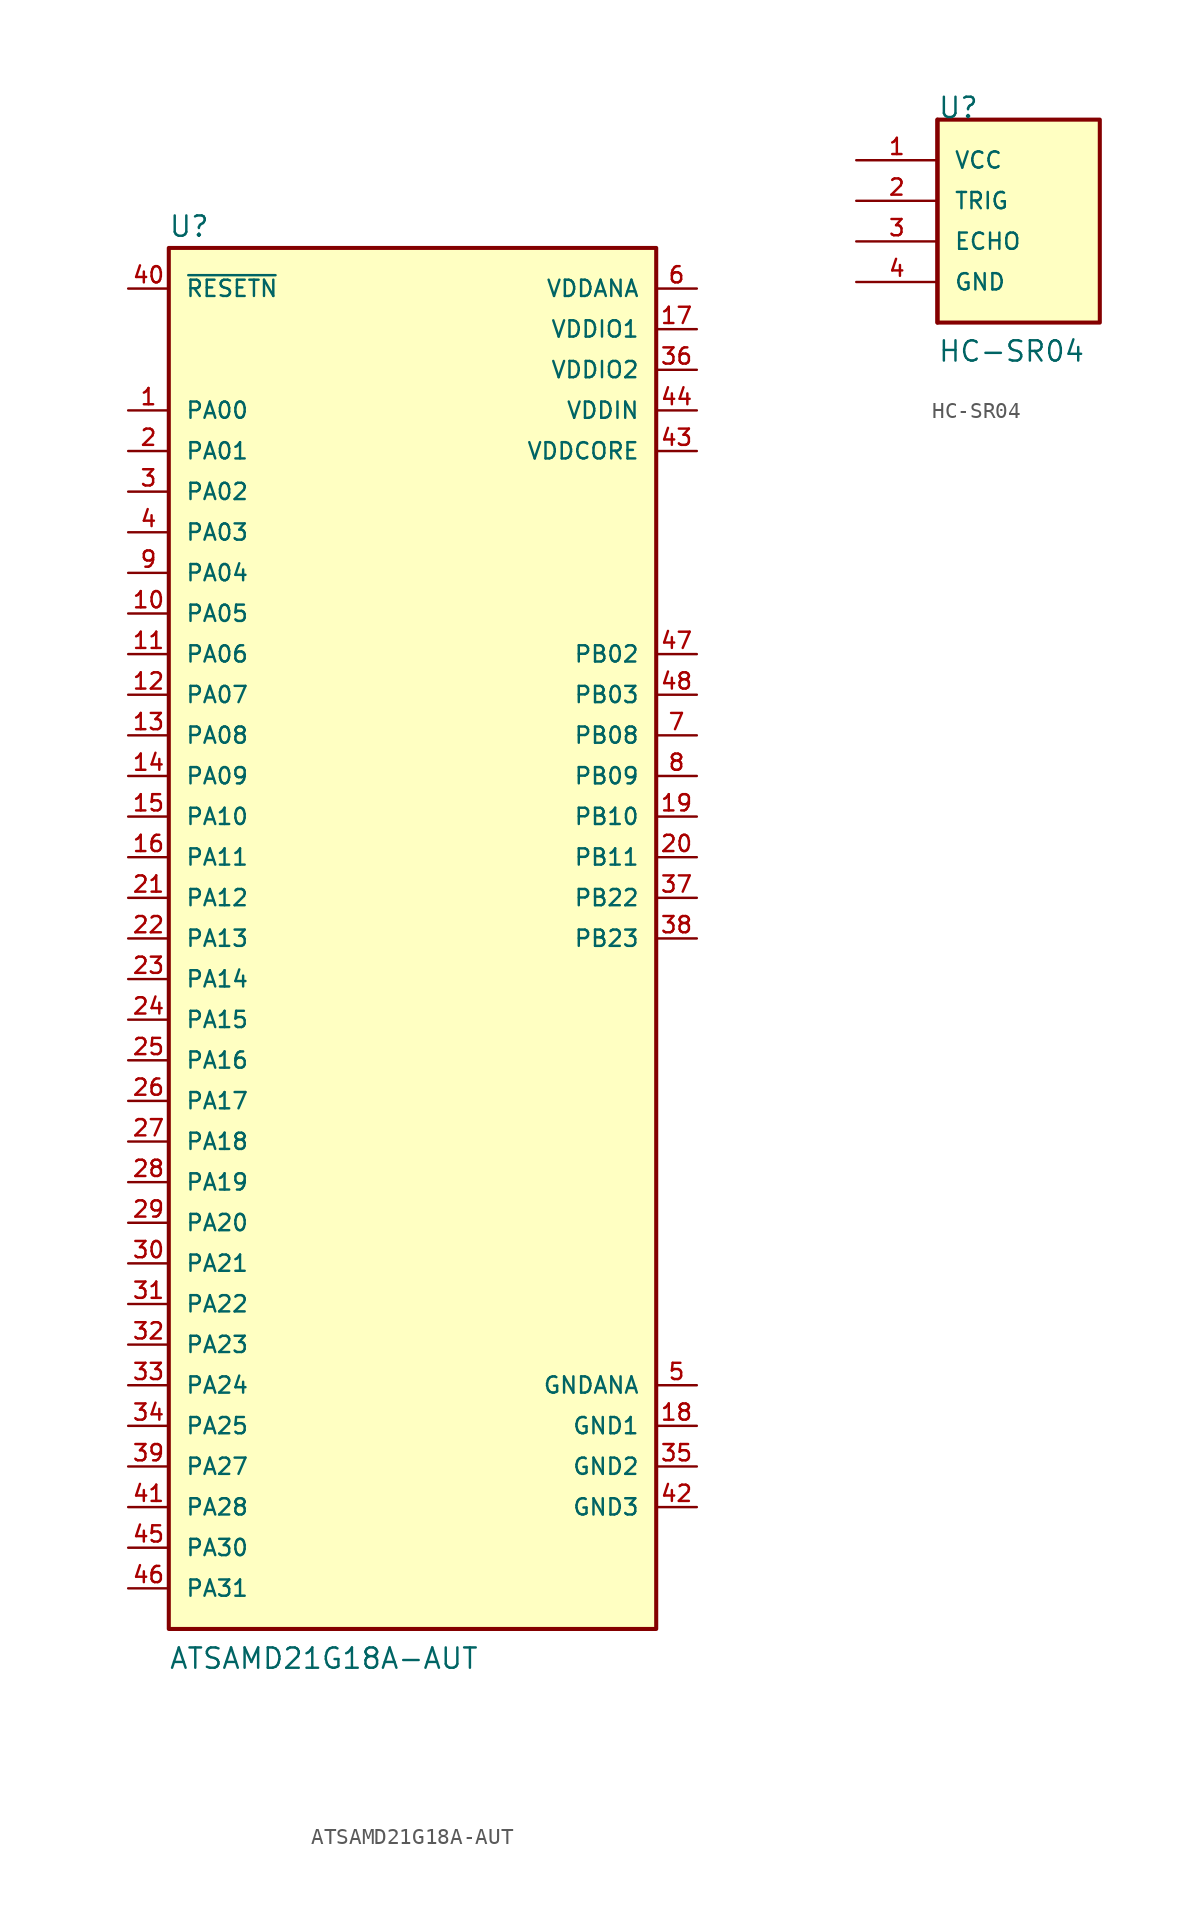
<source format=kicad_sym>
(kicad_symbol_lib
  (version 20211014)
  (generator kicad_symbol_editor)
  (symbol "ATSAMD21G18A-AUT"
    (pin_names
      (offset 1.016))
    (property "Reference" "U"
      (at -15.272 43.779 0)
      (effects (font (size 1.27 1.27)) (justify left bottom)))
    (property "Value" "ATSAMD21G18A-AUT"
      (at -15.257 -45.77 0)
      (effects (font (size 1.27 1.27)) (justify left bottom)))
    (symbol "ATSAMD21G18A-AUT_0_0"
      (rectangle (start -15.24 -43.18) (end 15.24 43.18) (stroke (width 0.254) (type default) (color 0 0 0 0)) (fill (type background)))
      (pin bidirectional line (at -17.78 33.02 0) (length 2.54) (name "PA00" (effects (font (size 1.016 1.016)))) (number "1" (effects (font (size 1.016 1.016)))))
      (pin bidirectional line (at -17.78 20.32 0) (length 2.54) (name "PA05" (effects (font (size 1.016 1.016)))) (number "10" (effects (font (size 1.016 1.016)))))
      (pin bidirectional line (at -17.78 17.78 0) (length 2.54) (name "PA06" (effects (font (size 1.016 1.016)))) (number "11" (effects (font (size 1.016 1.016)))))
      (pin bidirectional line (at -17.78 15.24 0) (length 2.54) (name "PA07" (effects (font (size 1.016 1.016)))) (number "12" (effects (font (size 1.016 1.016)))))
      (pin bidirectional line (at -17.78 12.7 0) (length 2.54) (name "PA08" (effects (font (size 1.016 1.016)))) (number "13" (effects (font (size 1.016 1.016)))))
      (pin bidirectional line (at -17.78 10.16 0) (length 2.54) (name "PA09" (effects (font (size 1.016 1.016)))) (number "14" (effects (font (size 1.016 1.016)))))
      (pin bidirectional line (at -17.78 7.62 0) (length 2.54) (name "PA10" (effects (font (size 1.016 1.016)))) (number "15" (effects (font (size 1.016 1.016)))))
      (pin bidirectional line (at -17.78 5.08 0) (length 2.54) (name "PA11" (effects (font (size 1.016 1.016)))) (number "16" (effects (font (size 1.016 1.016)))))
      (pin power_in line (at 17.78 38.1 180) (length 2.54) (name "VDDIO1" (effects (font (size 1.016 1.016)))) (number "17" (effects (font (size 1.016 1.016)))))
      (pin power_in line (at 17.78 -30.48 180) (length 2.54) (name "GND1" (effects (font (size 1.016 1.016)))) (number "18" (effects (font (size 1.016 1.016)))))
      (pin bidirectional line (at 17.78 7.62 180) (length 2.54) (name "PB10" (effects (font (size 1.016 1.016)))) (number "19" (effects (font (size 1.016 1.016)))))
      (pin bidirectional line (at -17.78 30.48 0) (length 2.54) (name "PA01" (effects (font (size 1.016 1.016)))) (number "2" (effects (font (size 1.016 1.016)))))
      (pin bidirectional line (at 17.78 5.08 180) (length 2.54) (name "PB11" (effects (font (size 1.016 1.016)))) (number "20" (effects (font (size 1.016 1.016)))))
      (pin bidirectional line (at -17.78 2.54 0) (length 2.54) (name "PA12" (effects (font (size 1.016 1.016)))) (number "21" (effects (font (size 1.016 1.016)))))
      (pin bidirectional line (at -17.78 0 0) (length 2.54) (name "PA13" (effects (font (size 1.016 1.016)))) (number "22" (effects (font (size 1.016 1.016)))))
      (pin bidirectional line (at -17.78 -2.54 0) (length 2.54) (name "PA14" (effects (font (size 1.016 1.016)))) (number "23" (effects (font (size 1.016 1.016)))))
      (pin bidirectional line (at -17.78 -5.08 0) (length 2.54) (name "PA15" (effects (font (size 1.016 1.016)))) (number "24" (effects (font (size 1.016 1.016)))))
      (pin bidirectional line (at -17.78 -7.62 0) (length 2.54) (name "PA16" (effects (font (size 1.016 1.016)))) (number "25" (effects (font (size 1.016 1.016)))))
      (pin bidirectional line (at -17.78 -10.16 0) (length 2.54) (name "PA17" (effects (font (size 1.016 1.016)))) (number "26" (effects (font (size 1.016 1.016)))))
      (pin bidirectional line (at -17.78 -12.7 0) (length 2.54) (name "PA18" (effects (font (size 1.016 1.016)))) (number "27" (effects (font (size 1.016 1.016)))))
      (pin bidirectional line (at -17.78 -15.24 0) (length 2.54) (name "PA19" (effects (font (size 1.016 1.016)))) (number "28" (effects (font (size 1.016 1.016)))))
      (pin bidirectional line (at -17.78 -17.78 0) (length 2.54) (name "PA20" (effects (font (size 1.016 1.016)))) (number "29" (effects (font (size 1.016 1.016)))))
      (pin bidirectional line (at -17.78 27.94 0) (length 2.54) (name "PA02" (effects (font (size 1.016 1.016)))) (number "3" (effects (font (size 1.016 1.016)))))
      (pin bidirectional line (at -17.78 -20.32 0) (length 2.54) (name "PA21" (effects (font (size 1.016 1.016)))) (number "30" (effects (font (size 1.016 1.016)))))
      (pin bidirectional line (at -17.78 -22.86 0) (length 2.54) (name "PA22" (effects (font (size 1.016 1.016)))) (number "31" (effects (font (size 1.016 1.016)))))
      (pin bidirectional line (at -17.78 -25.4 0) (length 2.54) (name "PA23" (effects (font (size 1.016 1.016)))) (number "32" (effects (font (size 1.016 1.016)))))
      (pin bidirectional line (at -17.78 -27.94 0) (length 2.54) (name "PA24" (effects (font (size 1.016 1.016)))) (number "33" (effects (font (size 1.016 1.016)))))
      (pin bidirectional line (at -17.78 -30.48 0) (length 2.54) (name "PA25" (effects (font (size 1.016 1.016)))) (number "34" (effects (font (size 1.016 1.016)))))
      (pin power_in line (at 17.78 -33.02 180) (length 2.54) (name "GND2" (effects (font (size 1.016 1.016)))) (number "35" (effects (font (size 1.016 1.016)))))
      (pin power_in line (at 17.78 35.56 180) (length 2.54) (name "VDDIO2" (effects (font (size 1.016 1.016)))) (number "36" (effects (font (size 1.016 1.016)))))
      (pin bidirectional line (at 17.78 2.54 180) (length 2.54) (name "PB22" (effects (font (size 1.016 1.016)))) (number "37" (effects (font (size 1.016 1.016)))))
      (pin bidirectional line (at 17.78 0 180) (length 2.54) (name "PB23" (effects (font (size 1.016 1.016)))) (number "38" (effects (font (size 1.016 1.016)))))
      (pin bidirectional line (at -17.78 -33.02 0) (length 2.54) (name "PA27" (effects (font (size 1.016 1.016)))) (number "39" (effects (font (size 1.016 1.016)))))
      (pin bidirectional line (at -17.78 25.4 0) (length 2.54) (name "PA03" (effects (font (size 1.016 1.016)))) (number "4" (effects (font (size 1.016 1.016)))))
      (pin input line (at -17.78 40.64 0) (length 2.54) (name "~{RESETN}" (effects (font (size 1.016 1.016)))) (number "40" (effects (font (size 1.016 1.016)))))
      (pin bidirectional line (at -17.78 -35.56 0) (length 2.54) (name "PA28" (effects (font (size 1.016 1.016)))) (number "41" (effects (font (size 1.016 1.016)))))
      (pin power_in line (at 17.78 -35.56 180) (length 2.54) (name "GND3" (effects (font (size 1.016 1.016)))) (number "42" (effects (font (size 1.016 1.016)))))
      (pin power_in line (at 17.78 30.48 180) (length 2.54) (name "VDDCORE" (effects (font (size 1.016 1.016)))) (number "43" (effects (font (size 1.016 1.016)))))
      (pin power_in line (at 17.78 33.02 180) (length 2.54) (name "VDDIN" (effects (font (size 1.016 1.016)))) (number "44" (effects (font (size 1.016 1.016)))))
      (pin bidirectional line (at -17.78 -38.1 0) (length 2.54) (name "PA30" (effects (font (size 1.016 1.016)))) (number "45" (effects (font (size 1.016 1.016)))))
      (pin bidirectional line (at -17.78 -40.64 0) (length 2.54) (name "PA31" (effects (font (size 1.016 1.016)))) (number "46" (effects (font (size 1.016 1.016)))))
      (pin bidirectional line (at 17.78 17.78 180) (length 2.54) (name "PB02" (effects (font (size 1.016 1.016)))) (number "47" (effects (font (size 1.016 1.016)))))
      (pin bidirectional line (at 17.78 15.24 180) (length 2.54) (name "PB03" (effects (font (size 1.016 1.016)))) (number "48" (effects (font (size 1.016 1.016)))))
      (pin power_in line (at 17.78 -27.94 180) (length 2.54) (name "GNDANA" (effects (font (size 1.016 1.016)))) (number "5" (effects (font (size 1.016 1.016)))))
      (pin power_in line (at 17.78 40.64 180) (length 2.54) (name "VDDANA" (effects (font (size 1.016 1.016)))) (number "6" (effects (font (size 1.016 1.016)))))
      (pin bidirectional line (at 17.78 12.7 180) (length 2.54) (name "PB08" (effects (font (size 1.016 1.016)))) (number "7" (effects (font (size 1.016 1.016)))))
      (pin bidirectional line (at 17.78 10.16 180) (length 2.54) (name "PB09" (effects (font (size 1.016 1.016)))) (number "8" (effects (font (size 1.016 1.016)))))
      (pin bidirectional line (at -17.78 22.86 0) (length 2.54) (name "PA04" (effects (font (size 1.016 1.016)))) (number "9" (effects (font (size 1.016 1.016)))))))
  (symbol "HC-SR04"
    (pin_names
      (offset 1.016))
    (property "Reference" "U"
      (at 0 5.08 0)
      (effects (font (size 1.27 1.27)) (justify left bottom)))
    (property "Value" "HC-SR04"
      (at 0 -10.16 0)
      (effects (font (size 1.27 1.27)) (justify left bottom)))
    (property "ki_locked" ""
      (at 0 0 0)
      (effects (font (size 1.27 1.27))))
    (symbol "HC-SR04_0_0"
      (rectangle (start 0 -7.62) (end 10.16 5.08) (stroke (width 0.254) (type default) (color 0 0 0 0)) (fill (type background)))
      (polyline (pts (xy 0 5.08) (xy 0 -7.62)) (stroke (width 0.254) (type default) (color 0 0 0 0)) (fill (type none)))
      (pin power_in line (at -5.08 2.54 0) (length 5.08) (name "VCC" (effects (font (size 1.016 1.016)))) (number "1" (effects (font (size 1.016 1.016)))))
      (pin bidirectional line (at -5.08 0 0) (length 5.08) (name "TRIG" (effects (font (size 1.016 1.016)))) (number "2" (effects (font (size 1.016 1.016)))))
      (pin bidirectional line (at -5.08 -2.54 0) (length 5.08) (name "ECHO" (effects (font (size 1.016 1.016)))) (number "3" (effects (font (size 1.016 1.016)))))
      (pin power_in line (at -5.08 -5.08 0) (length 5.08) (name "GND" (effects (font (size 1.016 1.016)))) (number "4" (effects (font (size 1.016 1.016))))))))
</source>
